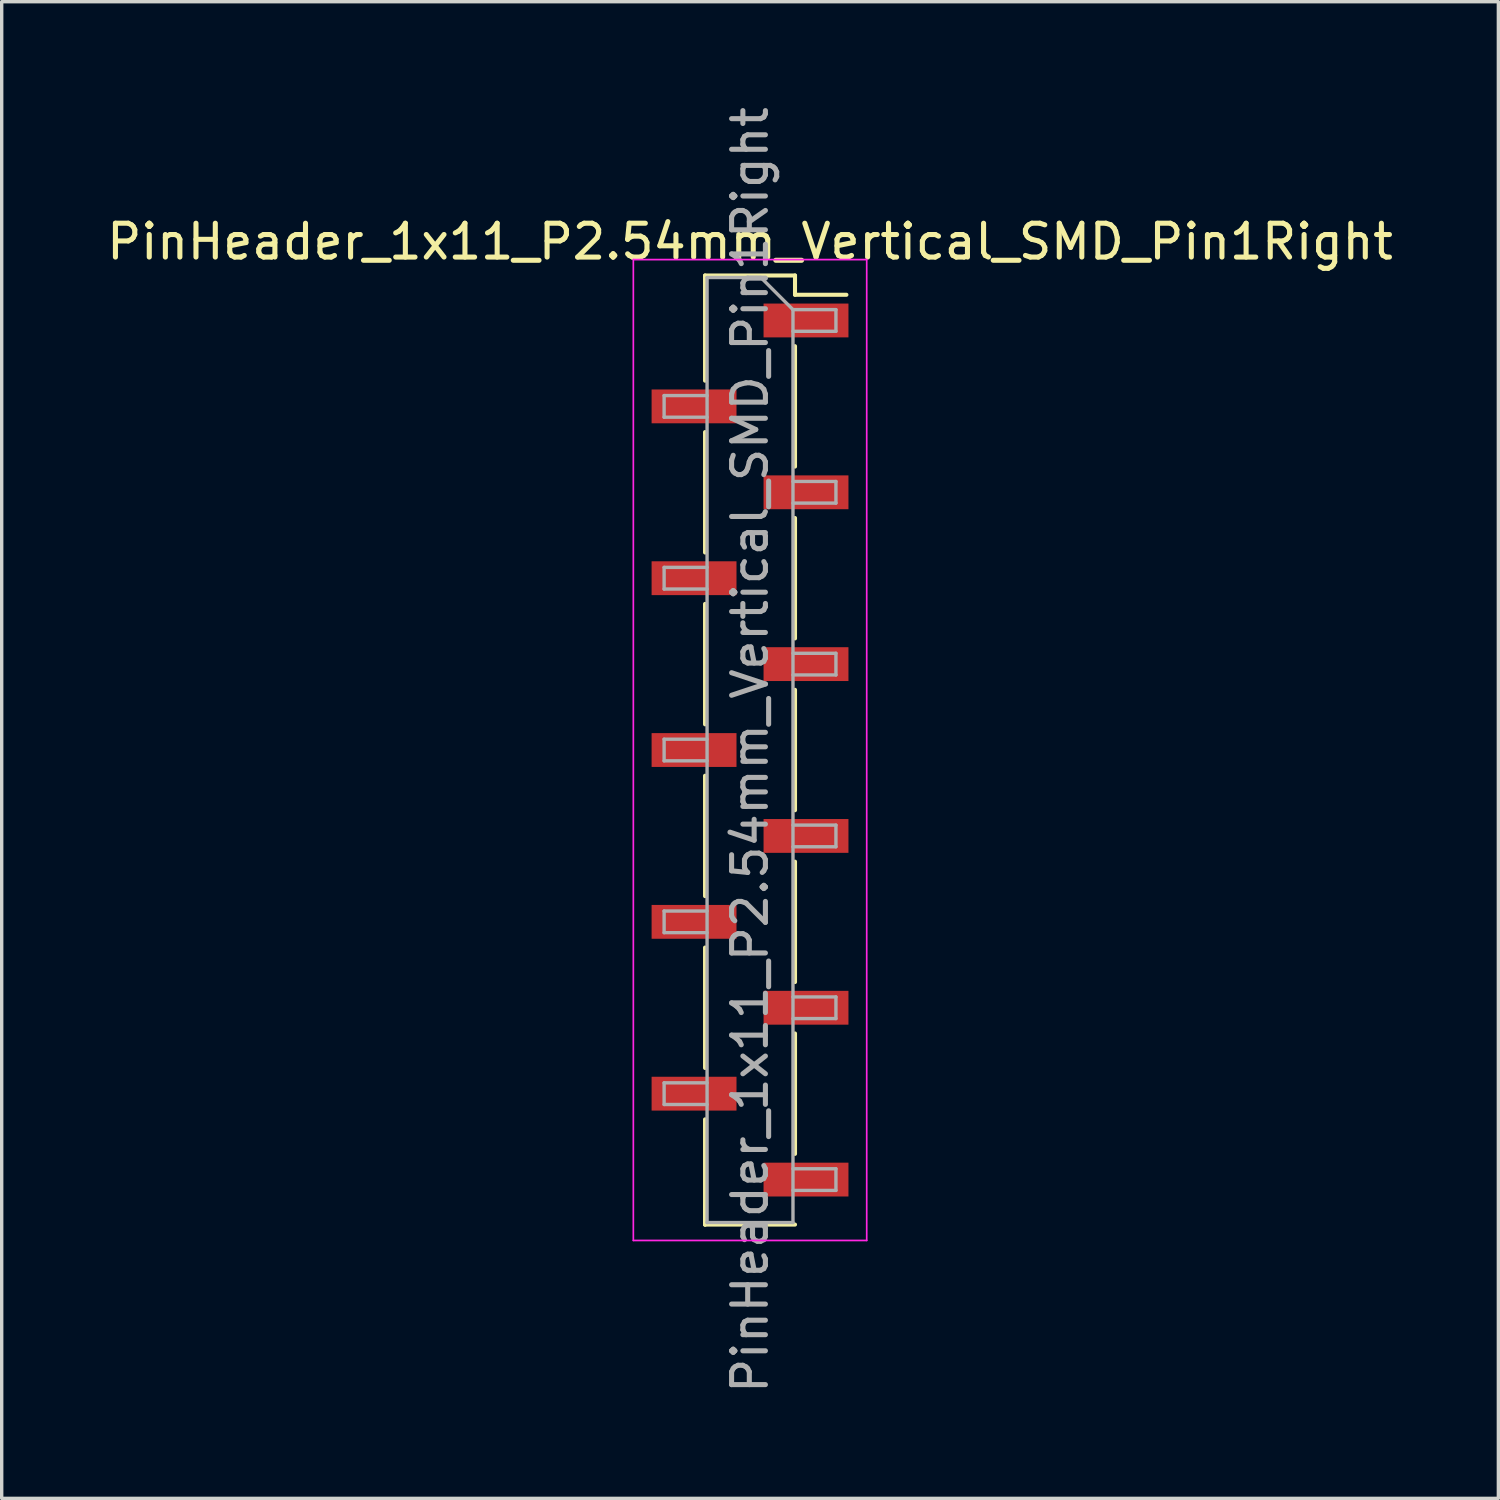
<source format=kicad_pcb>
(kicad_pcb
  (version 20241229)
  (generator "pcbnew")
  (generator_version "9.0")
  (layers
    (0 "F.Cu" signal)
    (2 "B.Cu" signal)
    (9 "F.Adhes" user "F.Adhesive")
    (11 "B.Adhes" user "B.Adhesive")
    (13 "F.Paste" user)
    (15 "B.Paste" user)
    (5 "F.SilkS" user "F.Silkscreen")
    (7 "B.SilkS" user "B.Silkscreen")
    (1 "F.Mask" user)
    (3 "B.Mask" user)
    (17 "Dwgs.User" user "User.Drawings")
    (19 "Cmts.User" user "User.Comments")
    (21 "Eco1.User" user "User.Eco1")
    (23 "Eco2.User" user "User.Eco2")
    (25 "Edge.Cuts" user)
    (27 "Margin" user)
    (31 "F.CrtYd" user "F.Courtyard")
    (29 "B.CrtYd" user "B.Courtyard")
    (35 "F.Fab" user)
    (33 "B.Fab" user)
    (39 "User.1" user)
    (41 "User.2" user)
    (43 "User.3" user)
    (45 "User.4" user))
  (footprint "PinHeader_1x11_P2.54mm_Vertical_SMD_Pin1Right"
    (layer "F.Cu")
    (at 19.125 19.125)
    (property "Reference" "PinHeader_1x11_P2.54mm_Vertical_SMD_Pin1Right" (at 0 -15.03 0) (layer "F.SilkS") (effects (font (size 1 1) (thickness 0.15))))
    (attr smd)
    (fp_line (start -1.33 -14.03) (end -1.33 -10.92) (stroke (width 0.12) (type solid)) (layer "F.SilkS"))
    (fp_line (start -1.33 -14.03) (end 1.33 -14.03) (stroke (width 0.12) (type solid)) (layer "F.SilkS"))
    (fp_line (start -1.33 -9.4) (end -1.33 -5.84) (stroke (width 0.12) (type solid)) (layer "F.SilkS"))
    (fp_line (start -1.33 -4.32) (end -1.33 -0.76) (stroke (width 0.12) (type solid)) (layer "F.SilkS"))
    (fp_line (start -1.33 0.76) (end -1.33 4.32) (stroke (width 0.12) (type solid)) (layer "F.SilkS"))
    (fp_line (start -1.33 5.84) (end -1.33 9.4) (stroke (width 0.12) (type solid)) (layer "F.SilkS"))
    (fp_line (start -1.33 10.92) (end -1.33 14.03) (stroke (width 0.12) (type solid)) (layer "F.SilkS"))
    (fp_line (start -1.33 13.46) (end -1.33 14.03) (stroke (width 0.12) (type solid)) (layer "F.SilkS"))
    (fp_line (start -1.33 14.03) (end 1.33 14.03) (stroke (width 0.12) (type solid)) (layer "F.SilkS"))
    (fp_line (start 1.33 -14.03) (end 1.33 -13.46) (stroke (width 0.12) (type solid)) (layer "F.SilkS"))
    (fp_line (start 1.33 -13.46) (end 2.85 -13.46) (stroke (width 0.12) (type solid)) (layer "F.SilkS"))
    (fp_line (start 1.33 -11.94) (end 1.33 -8.38) (stroke (width 0.12) (type solid)) (layer "F.SilkS"))
    (fp_line (start 1.33 -6.86) (end 1.33 -3.3) (stroke (width 0.12) (type solid)) (layer "F.SilkS"))
    (fp_line (start 1.33 -1.78) (end 1.33 1.78) (stroke (width 0.12) (type solid)) (layer "F.SilkS"))
    (fp_line (start 1.33 3.3) (end 1.33 6.86) (stroke (width 0.12) (type solid)) (layer "F.SilkS"))
    (fp_line (start 1.33 8.38) (end 1.33 11.94) (stroke (width 0.12) (type solid)) (layer "F.SilkS"))
    (fp_line (start -3.45 -14.5) (end -3.45 14.5) (stroke (width 0.05) (type solid)) (layer "F.CrtYd"))
    (fp_line (start -3.45 14.5) (end 3.45 14.5) (stroke (width 0.05) (type solid)) (layer "F.CrtYd"))
    (fp_line (start 3.45 -14.5) (end -3.45 -14.5) (stroke (width 0.05) (type solid)) (layer "F.CrtYd"))
    (fp_line (start 3.45 14.5) (end 3.45 -14.5) (stroke (width 0.05) (type solid)) (layer "F.CrtYd"))
    (fp_line (start -2.54 -10.48) (end -2.54 -9.84) (stroke (width 0.1) (type solid)) (layer "F.Fab"))
    (fp_line (start -2.54 -9.84) (end -1.27 -9.84) (stroke (width 0.1) (type solid)) (layer "F.Fab"))
    (fp_line (start -2.54 -5.4) (end -2.54 -4.76) (stroke (width 0.1) (type solid)) (layer "F.Fab"))
    (fp_line (start -2.54 -4.76) (end -1.27 -4.76) (stroke (width 0.1) (type solid)) (layer "F.Fab"))
    (fp_line (start -2.54 -0.32) (end -2.54 0.32) (stroke (width 0.1) (type solid)) (layer "F.Fab"))
    (fp_line (start -2.54 0.32) (end -1.27 0.32) (stroke (width 0.1) (type solid)) (layer "F.Fab"))
    (fp_line (start -2.54 4.76) (end -2.54 5.4) (stroke (width 0.1) (type solid)) (layer "F.Fab"))
    (fp_line (start -2.54 5.4) (end -1.27 5.4) (stroke (width 0.1) (type solid)) (layer "F.Fab"))
    (fp_line (start -2.54 9.84) (end -2.54 10.48) (stroke (width 0.1) (type solid)) (layer "F.Fab"))
    (fp_line (start -2.54 10.48) (end -1.27 10.48) (stroke (width 0.1) (type solid)) (layer "F.Fab"))
    (fp_line (start -1.27 -13.97) (end -1.27 13.97) (stroke (width 0.1) (type solid)) (layer "F.Fab"))
    (fp_line (start -1.27 -13.97) (end 0.32 -13.97) (stroke (width 0.1) (type solid)) (layer "F.Fab"))
    (fp_line (start -1.27 -10.48) (end -2.54 -10.48) (stroke (width 0.1) (type solid)) (layer "F.Fab"))
    (fp_line (start -1.27 -5.4) (end -2.54 -5.4) (stroke (width 0.1) (type solid)) (layer "F.Fab"))
    (fp_line (start -1.27 -0.32) (end -2.54 -0.32) (stroke (width 0.1) (type solid)) (layer "F.Fab"))
    (fp_line (start -1.27 4.76) (end -2.54 4.76) (stroke (width 0.1) (type solid)) (layer "F.Fab"))
    (fp_line (start -1.27 9.84) (end -2.54 9.84) (stroke (width 0.1) (type solid)) (layer "F.Fab"))
    (fp_line (start 1.27 -13.02) (end 0.32 -13.97) (stroke (width 0.1) (type solid)) (layer "F.Fab"))
    (fp_line (start 1.27 -13.02) (end 2.54 -13.02) (stroke (width 0.1) (type solid)) (layer "F.Fab"))
    (fp_line (start 1.27 -7.94) (end 2.54 -7.94) (stroke (width 0.1) (type solid)) (layer "F.Fab"))
    (fp_line (start 1.27 -2.86) (end 2.54 -2.86) (stroke (width 0.1) (type solid)) (layer "F.Fab"))
    (fp_line (start 1.27 2.22) (end 2.54 2.22) (stroke (width 0.1) (type solid)) (layer "F.Fab"))
    (fp_line (start 1.27 7.3) (end 2.54 7.3) (stroke (width 0.1) (type solid)) (layer "F.Fab"))
    (fp_line (start 1.27 12.38) (end 2.54 12.38) (stroke (width 0.1) (type solid)) (layer "F.Fab"))
    (fp_line (start 1.27 13.97) (end -1.27 13.97) (stroke (width 0.1) (type solid)) (layer "F.Fab"))
    (fp_line (start 1.27 13.97) (end 1.27 -13.02) (stroke (width 0.1) (type solid)) (layer "F.Fab"))
    (fp_line (start 2.54 -13.02) (end 2.54 -12.38) (stroke (width 0.1) (type solid)) (layer "F.Fab"))
    (fp_line (start 2.54 -12.38) (end 1.27 -12.38) (stroke (width 0.1) (type solid)) (layer "F.Fab"))
    (fp_line (start 2.54 -7.94) (end 2.54 -7.3) (stroke (width 0.1) (type solid)) (layer "F.Fab"))
    (fp_line (start 2.54 -7.3) (end 1.27 -7.3) (stroke (width 0.1) (type solid)) (layer "F.Fab"))
    (fp_line (start 2.54 -2.86) (end 2.54 -2.22) (stroke (width 0.1) (type solid)) (layer "F.Fab"))
    (fp_line (start 2.54 -2.22) (end 1.27 -2.22) (stroke (width 0.1) (type solid)) (layer "F.Fab"))
    (fp_line (start 2.54 2.22) (end 2.54 2.86) (stroke (width 0.1) (type solid)) (layer "F.Fab"))
    (fp_line (start 2.54 2.86) (end 1.27 2.86) (stroke (width 0.1) (type solid)) (layer "F.Fab"))
    (fp_line (start 2.54 7.3) (end 2.54 7.94) (stroke (width 0.1) (type solid)) (layer "F.Fab"))
    (fp_line (start 2.54 7.94) (end 1.27 7.94) (stroke (width 0.1) (type solid)) (layer "F.Fab"))
    (fp_line (start 2.54 12.38) (end 2.54 13.02) (stroke (width 0.1) (type solid)) (layer "F.Fab"))
    (fp_line (start 2.54 13.02) (end 1.27 13.02) (stroke (width 0.1) (type solid)) (layer "F.Fab"))
    (fp_text user "${REFERENCE}" (at 0 0 90) (layer "F.Fab") (effects (font (size 1 1) (thickness 0.15))))
    (pad "1" smd rect (at 1.655 -12.7) (size 2.51 1) (layers "F.Cu" "F.Mask" "F.Paste"))
    (pad "2" smd rect (at -1.655 -10.16) (size 2.51 1) (layers "F.Cu" "F.Mask" "F.Paste"))
    (pad "3" smd rect (at 1.655 -7.62) (size 2.51 1) (layers "F.Cu" "F.Mask" "F.Paste"))
    (pad "4" smd rect (at -1.655 -5.08) (size 2.51 1) (layers "F.Cu" "F.Mask" "F.Paste"))
    (pad "5" smd rect (at 1.655 -2.54) (size 2.51 1) (layers "F.Cu" "F.Mask" "F.Paste"))
    (pad "6" smd rect (at -1.655 0) (size 2.51 1) (layers "F.Cu" "F.Mask" "F.Paste"))
    (pad "7" smd rect (at 1.655 2.54) (size 2.51 1) (layers "F.Cu" "F.Mask" "F.Paste"))
    (pad "8" smd rect (at -1.655 5.08) (size 2.51 1) (layers "F.Cu" "F.Mask" "F.Paste"))
    (pad "9" smd rect (at 1.655 7.62) (size 2.51 1) (layers "F.Cu" "F.Mask" "F.Paste"))
    (pad "10" smd rect (at -1.655 10.16) (size 2.51 1) (layers "F.Cu" "F.Mask" "F.Paste"))
    (pad "11" smd rect (at 1.655 12.7) (size 2.51 1) (layers "F.Cu" "F.Mask" "F.Paste")))
  (gr_rect
    (start -3 -3)
    (end 41.25 41.25)
    (stroke (width 0.1) (type default))
    (fill no)
    (layer "Edge.Cuts")))
</source>
